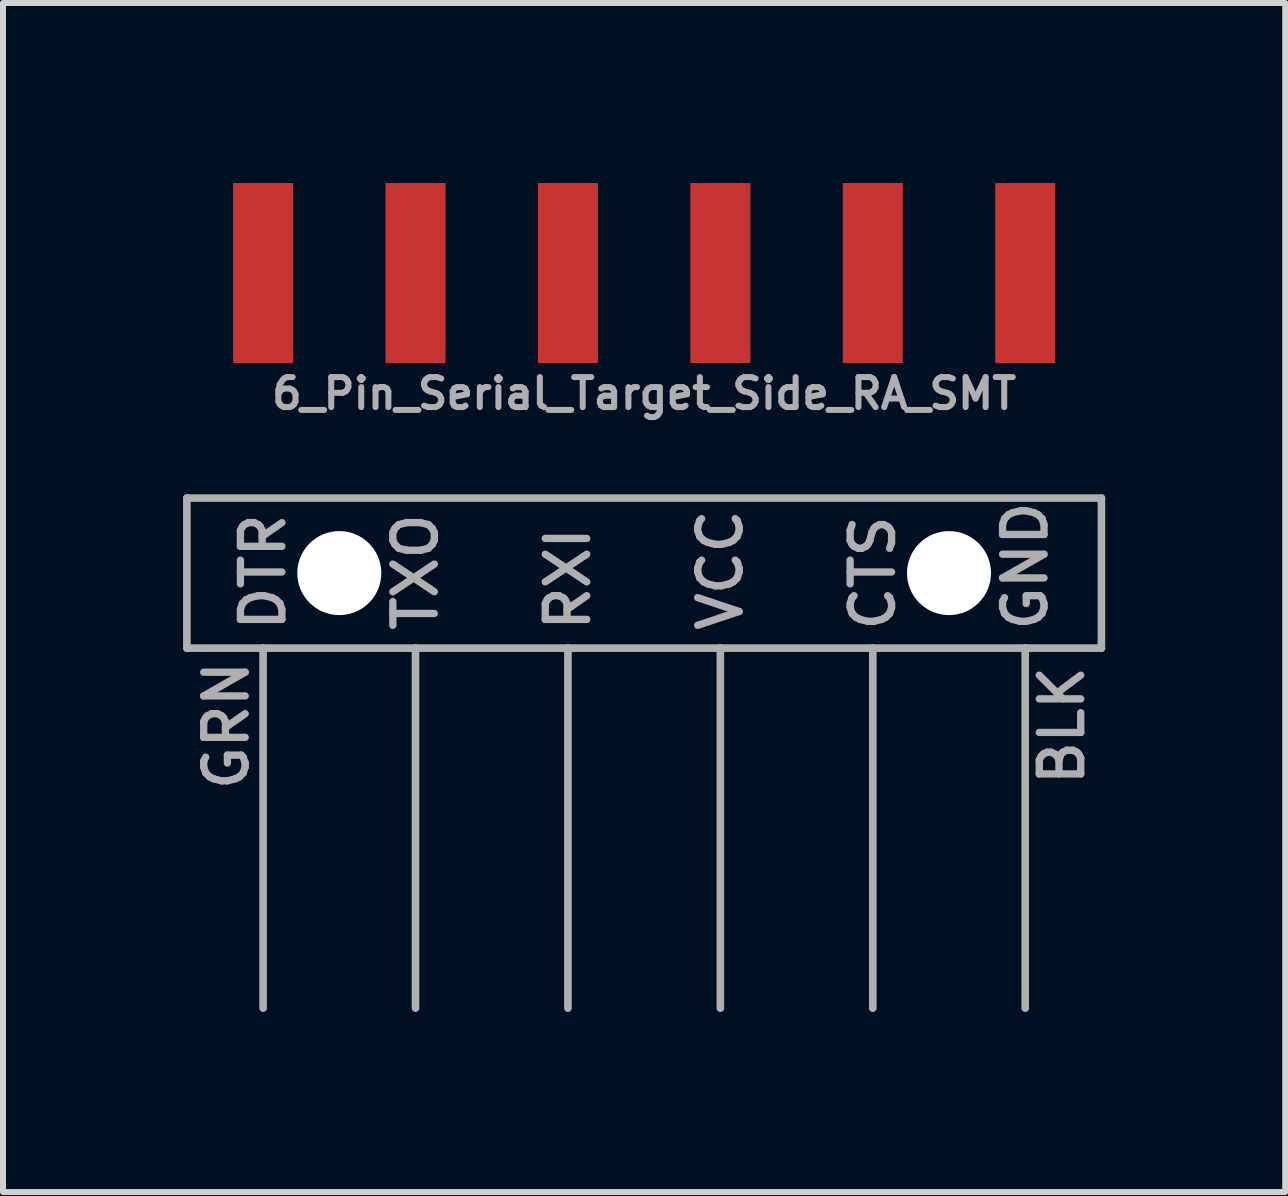
<source format=kicad_pcb>
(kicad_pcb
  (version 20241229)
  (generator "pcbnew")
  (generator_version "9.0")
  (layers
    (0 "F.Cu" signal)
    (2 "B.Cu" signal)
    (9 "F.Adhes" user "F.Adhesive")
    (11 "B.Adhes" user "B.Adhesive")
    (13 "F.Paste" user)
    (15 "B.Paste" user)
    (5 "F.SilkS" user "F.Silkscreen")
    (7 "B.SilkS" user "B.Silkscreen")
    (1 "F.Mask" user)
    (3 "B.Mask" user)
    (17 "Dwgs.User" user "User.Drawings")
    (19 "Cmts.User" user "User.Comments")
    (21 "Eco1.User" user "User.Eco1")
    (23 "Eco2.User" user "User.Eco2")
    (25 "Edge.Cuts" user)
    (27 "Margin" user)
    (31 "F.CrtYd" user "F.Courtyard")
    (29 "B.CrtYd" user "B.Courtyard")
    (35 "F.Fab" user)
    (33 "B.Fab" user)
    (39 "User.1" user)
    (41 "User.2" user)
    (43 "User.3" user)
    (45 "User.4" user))
  (footprint "6_Pin_Serial_Target_Side_RA_SMT"
    (layer "F.Cu")
    (at 7.684 6.5)
    (property "Reference" "6_Pin_Serial_Target_Side_RA_SMT" (at 0 -2.7 0) (layer "F.Fab") (effects (font (size 0.5 0.5) (thickness 0.1)) (justify bottom)))
    (attr smd)
    (fp_line (start -7.62 -1.25) (end -7.62 1.25) (stroke (width 0.127) (type solid)) (layer "F.Fab"))
    (fp_line (start -7.62 1.25) (end -6.35 1.25) (stroke (width 0.127) (type solid)) (layer "F.Fab"))
    (fp_line (start -6.35 1.25) (end -6.35 7.25) (stroke (width 0.127) (type solid)) (layer "F.Fab"))
    (fp_line (start -6.35 1.25) (end -3.81 1.25) (stroke (width 0.127) (type solid)) (layer "F.Fab"))
    (fp_line (start -3.81 1.25) (end -3.81 7.25) (stroke (width 0.127) (type solid)) (layer "F.Fab"))
    (fp_line (start -3.81 1.25) (end -1.27 1.25) (stroke (width 0.127) (type solid)) (layer "F.Fab"))
    (fp_line (start -1.27 1.25) (end -1.27 7.25) (stroke (width 0.127) (type solid)) (layer "F.Fab"))
    (fp_line (start -1.27 1.25) (end 1.27 1.25) (stroke (width 0.127) (type solid)) (layer "F.Fab"))
    (fp_line (start 1.27 1.25) (end 1.27 7.25) (stroke (width 0.127) (type solid)) (layer "F.Fab"))
    (fp_line (start 1.27 1.25) (end 3.81 1.25) (stroke (width 0.127) (type solid)) (layer "F.Fab"))
    (fp_line (start 3.81 1.25) (end 3.81 7.25) (stroke (width 0.127) (type solid)) (layer "F.Fab"))
    (fp_line (start 3.81 1.25) (end 6.35 1.25) (stroke (width 0.127) (type solid)) (layer "F.Fab"))
    (fp_line (start 6.35 1.25) (end 6.35 7.25) (stroke (width 0.127) (type solid)) (layer "F.Fab"))
    (fp_line (start 6.35 1.25) (end 7.62 1.25) (stroke (width 0.127) (type solid)) (layer "F.Fab"))
    (fp_line (start 7.62 -1.25) (end -7.62 -1.25) (stroke (width 0.127) (type solid)) (layer "F.Fab"))
    (fp_line (start 7.62 1.25) (end 7.62 -1.25) (stroke (width 0.127) (type solid)) (layer "F.Fab"))
    (fp_text user "GRN" (at -7.366 2.54 90) (layer "F.Fab") (effects (font (size 0.691 0.691) (thickness 0.122)) (justify top)))
    (fp_text user "VCC" (at 1.27 1.016 90) (layer "F.Fab") (effects (font (size 0.691 0.691) (thickness 0.122)) (justify left)))
    (fp_text user "BLK" (at 7.366 2.54 90) (layer "F.Fab") (effects (font (size 0.691 0.691) (thickness 0.122)) (justify bottom)))
    (fp_text user "GND" (at 6.35 1.016 90) (layer "F.Fab") (effects (font (size 0.691 0.691) (thickness 0.122)) (justify left)))
    (fp_text user "DTR" (at -6.35 1.016 90) (layer "F.Fab") (effects (font (size 0.691 0.691) (thickness 0.122)) (justify left)))
    (fp_text user "RXI" (at -1.27 1.016 90) (layer "F.Fab") (effects (font (size 0.691 0.691) (thickness 0.122)) (justify left)))
    (fp_text user "CTS" (at 3.81 1.016 90) (layer "F.Fab") (effects (font (size 0.691 0.691) (thickness 0.122)) (justify left)))
    (fp_text user "TXO" (at -3.81 1.016 90) (layer "F.Fab") (effects (font (size 0.691 0.691) (thickness 0.122)) (justify left)))
    (pad "" np_thru_hole circle (at -5.08 0) (size 1.4 1.4) (drill 1.4) (layers "*.Cu" "*.Mask"))
    (pad "" np_thru_hole circle (at 5.08 0) (size 1.4 1.4) (drill 1.4) (layers "*.Cu" "*.Mask"))
    (pad "1" smd rect (at -6.35 -5 90) (size 3 1) (layers "F.Cu" "F.Mask" "F.Paste"))
    (pad "2" smd rect (at -3.81 -5 90) (size 3 1) (layers "F.Cu" "F.Mask" "F.Paste"))
    (pad "3" smd rect (at -1.27 -5 90) (size 3 1) (layers "F.Cu" "F.Mask" "F.Paste"))
    (pad "4" smd rect (at 1.27 -5 90) (size 3 1) (layers "F.Cu" "F.Mask" "F.Paste"))
    (pad "5" smd rect (at 3.81 -5 90) (size 3 1) (layers "F.Cu" "F.Mask" "F.Paste"))
    (pad "6" smd rect (at 6.35 -5 90) (size 3 1) (layers "F.Cu" "F.Mask" "F.Paste")))
  (gr_rect
    (start -3 -3)
    (end 18.367 16.814)
    (stroke (width 0.1) (type default))
    (fill no)
    (layer "Edge.Cuts")))
</source>
